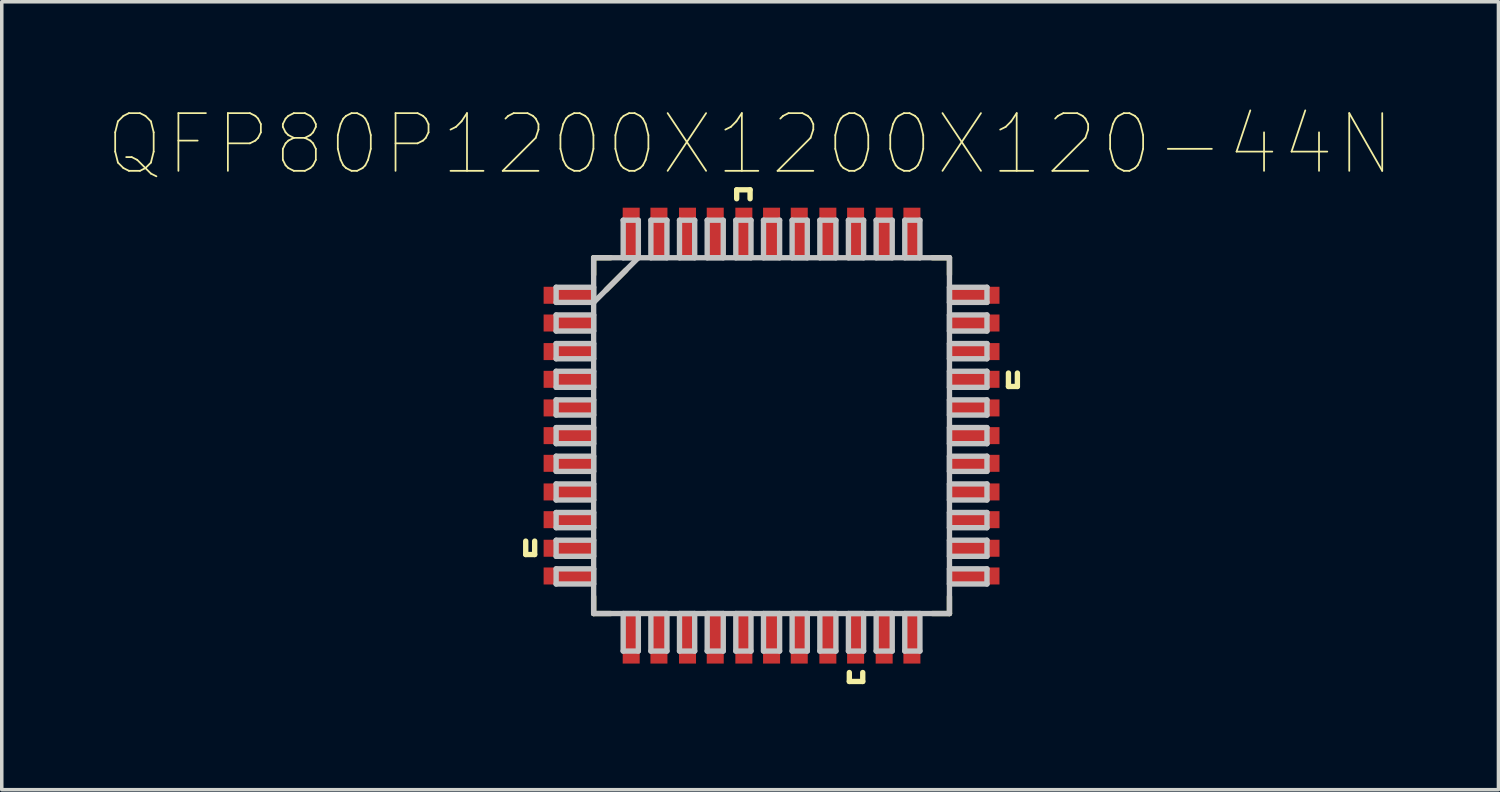
<source format=kicad_pcb>
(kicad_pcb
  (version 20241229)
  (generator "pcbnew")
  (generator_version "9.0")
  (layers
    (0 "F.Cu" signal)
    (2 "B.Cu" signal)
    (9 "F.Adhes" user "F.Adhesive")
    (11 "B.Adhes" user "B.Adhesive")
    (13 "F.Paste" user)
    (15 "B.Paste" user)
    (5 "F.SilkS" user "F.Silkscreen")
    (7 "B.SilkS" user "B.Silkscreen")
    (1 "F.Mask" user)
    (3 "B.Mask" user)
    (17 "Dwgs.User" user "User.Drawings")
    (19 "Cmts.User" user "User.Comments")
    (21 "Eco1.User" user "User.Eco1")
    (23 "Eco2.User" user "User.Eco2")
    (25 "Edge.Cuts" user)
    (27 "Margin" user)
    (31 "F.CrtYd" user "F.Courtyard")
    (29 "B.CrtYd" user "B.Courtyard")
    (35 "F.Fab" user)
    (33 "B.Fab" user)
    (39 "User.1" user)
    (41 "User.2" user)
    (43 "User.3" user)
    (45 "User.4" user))
  (footprint "QFP80P1200X1200X120-44N"
    (layer "F.Cu")
    (at 18.873 9.328)
    (property "Reference" "QFP80P1200X1200X120-44N" (at -0.61 -8.28 0) (layer "F.SilkS") (effects (font (size 1.64 1.64) (thickness 0.05))))
    (attr smd)
    (fp_line (start -6.985 2.997) (end -6.985 3.378) (stroke (width 0.152) (type solid)) (layer "F.SilkS"))
    (fp_line (start -6.985 3.378) (end -6.731 3.378) (stroke (width 0.152) (type solid)) (layer "F.SilkS"))
    (fp_line (start -6.731 3.378) (end -6.731 2.997) (stroke (width 0.152) (type solid)) (layer "F.SilkS"))
    (fp_line (start -5.055 -5.055) (end -5.055 -4.572) (stroke (width 0.152) (type solid)) (layer "F.SilkS"))
    (fp_line (start -5.055 4.572) (end -5.055 5.055) (stroke (width 0.152) (type solid)) (layer "F.SilkS"))
    (fp_line (start -5.055 5.055) (end -4.572 5.055) (stroke (width 0.152) (type solid)) (layer "F.SilkS"))
    (fp_line (start -4.699 -4.14) (end -4.14 -4.699) (stroke (width 0.152) (type solid)) (layer "F.SilkS"))
    (fp_line (start -4.572 -5.055) (end -5.055 -5.055) (stroke (width 0.152) (type solid)) (layer "F.SilkS"))
    (fp_line (start -0.991 -6.985) (end -0.61 -6.985) (stroke (width 0.152) (type solid)) (layer "F.SilkS"))
    (fp_line (start -0.991 -6.731) (end -0.991 -6.985) (stroke (width 0.152) (type solid)) (layer "F.SilkS"))
    (fp_line (start -0.61 -6.985) (end -0.61 -6.731) (stroke (width 0.152) (type solid)) (layer "F.SilkS"))
    (fp_line (start 2.21 6.731) (end 2.21 6.985) (stroke (width 0.152) (type solid)) (layer "F.SilkS"))
    (fp_line (start 2.21 6.985) (end 2.591 6.985) (stroke (width 0.152) (type solid)) (layer "F.SilkS"))
    (fp_line (start 2.591 6.985) (end 2.591 6.731) (stroke (width 0.152) (type solid)) (layer "F.SilkS"))
    (fp_line (start 4.572 5.055) (end 5.055 5.055) (stroke (width 0.152) (type solid)) (layer "F.SilkS"))
    (fp_line (start 5.055 -5.055) (end 4.572 -5.055) (stroke (width 0.152) (type solid)) (layer "F.SilkS"))
    (fp_line (start 5.055 -4.572) (end 5.055 -5.055) (stroke (width 0.152) (type solid)) (layer "F.SilkS"))
    (fp_line (start 5.055 5.055) (end 5.055 4.572) (stroke (width 0.152) (type solid)) (layer "F.SilkS"))
    (fp_line (start 6.731 -1.397) (end 6.731 -1.778) (stroke (width 0.152) (type solid)) (layer "F.SilkS"))
    (fp_line (start 6.985 -1.778) (end 6.985 -1.397) (stroke (width 0.152) (type solid)) (layer "F.SilkS"))
    (fp_line (start 6.985 -1.397) (end 6.731 -1.397) (stroke (width 0.152) (type solid)) (layer "F.SilkS"))
    (fp_line (start -6.121 -4.216) (end -6.121 -3.785) (stroke (width 0.152) (type solid)) (layer "Dwgs.User"))
    (fp_line (start -6.121 -3.785) (end -5.055 -3.785) (stroke (width 0.152) (type solid)) (layer "Dwgs.User"))
    (fp_line (start -6.121 -3.429) (end -6.121 -2.972) (stroke (width 0.152) (type solid)) (layer "Dwgs.User"))
    (fp_line (start -6.121 -2.972) (end -5.055 -2.972) (stroke (width 0.152) (type solid)) (layer "Dwgs.User"))
    (fp_line (start -6.121 -2.616) (end -6.121 -2.184) (stroke (width 0.152) (type solid)) (layer "Dwgs.User"))
    (fp_line (start -6.121 -2.184) (end -5.055 -2.184) (stroke (width 0.152) (type solid)) (layer "Dwgs.User"))
    (fp_line (start -6.121 -1.829) (end -6.121 -1.372) (stroke (width 0.152) (type solid)) (layer "Dwgs.User"))
    (fp_line (start -6.121 -1.372) (end -5.055 -1.372) (stroke (width 0.152) (type solid)) (layer "Dwgs.User"))
    (fp_line (start -6.121 -1.016) (end -6.121 -0.584) (stroke (width 0.152) (type solid)) (layer "Dwgs.User"))
    (fp_line (start -6.121 -0.584) (end -5.055 -0.584) (stroke (width 0.152) (type solid)) (layer "Dwgs.User"))
    (fp_line (start -6.121 -0.229) (end -6.121 0.229) (stroke (width 0.152) (type solid)) (layer "Dwgs.User"))
    (fp_line (start -6.121 0.229) (end -5.055 0.229) (stroke (width 0.152) (type solid)) (layer "Dwgs.User"))
    (fp_line (start -6.121 0.584) (end -6.121 1.016) (stroke (width 0.152) (type solid)) (layer "Dwgs.User"))
    (fp_line (start -6.121 1.016) (end -5.055 1.016) (stroke (width 0.152) (type solid)) (layer "Dwgs.User"))
    (fp_line (start -6.121 1.372) (end -6.121 1.829) (stroke (width 0.152) (type solid)) (layer "Dwgs.User"))
    (fp_line (start -6.121 1.829) (end -5.055 1.829) (stroke (width 0.152) (type solid)) (layer "Dwgs.User"))
    (fp_line (start -6.121 2.184) (end -6.121 2.616) (stroke (width 0.152) (type solid)) (layer "Dwgs.User"))
    (fp_line (start -6.121 2.616) (end -5.055 2.616) (stroke (width 0.152) (type solid)) (layer "Dwgs.User"))
    (fp_line (start -6.121 2.972) (end -6.121 3.429) (stroke (width 0.152) (type solid)) (layer "Dwgs.User"))
    (fp_line (start -6.121 3.429) (end -5.055 3.429) (stroke (width 0.152) (type solid)) (layer "Dwgs.User"))
    (fp_line (start -6.121 3.785) (end -6.121 4.216) (stroke (width 0.152) (type solid)) (layer "Dwgs.User"))
    (fp_line (start -6.121 4.216) (end -5.055 4.216) (stroke (width 0.152) (type solid)) (layer "Dwgs.User"))
    (fp_line (start -5.055 -5.055) (end -5.055 5.055) (stroke (width 0.152) (type solid)) (layer "Dwgs.User"))
    (fp_line (start -5.055 -4.216) (end -6.121 -4.216) (stroke (width 0.152) (type solid)) (layer "Dwgs.User"))
    (fp_line (start -5.055 -3.785) (end -5.055 -4.216) (stroke (width 0.152) (type solid)) (layer "Dwgs.User"))
    (fp_line (start -5.055 -3.785) (end -3.785 -5.055) (stroke (width 0.152) (type solid)) (layer "Dwgs.User"))
    (fp_line (start -5.055 -3.429) (end -6.121 -3.429) (stroke (width 0.152) (type solid)) (layer "Dwgs.User"))
    (fp_line (start -5.055 -2.972) (end -5.055 -3.429) (stroke (width 0.152) (type solid)) (layer "Dwgs.User"))
    (fp_line (start -5.055 -2.616) (end -6.121 -2.616) (stroke (width 0.152) (type solid)) (layer "Dwgs.User"))
    (fp_line (start -5.055 -2.184) (end -5.055 -2.616) (stroke (width 0.152) (type solid)) (layer "Dwgs.User"))
    (fp_line (start -5.055 -1.829) (end -6.121 -1.829) (stroke (width 0.152) (type solid)) (layer "Dwgs.User"))
    (fp_line (start -5.055 -1.372) (end -5.055 -1.829) (stroke (width 0.152) (type solid)) (layer "Dwgs.User"))
    (fp_line (start -5.055 -1.016) (end -6.121 -1.016) (stroke (width 0.152) (type solid)) (layer "Dwgs.User"))
    (fp_line (start -5.055 -0.584) (end -5.055 -1.016) (stroke (width 0.152) (type solid)) (layer "Dwgs.User"))
    (fp_line (start -5.055 -0.229) (end -6.121 -0.229) (stroke (width 0.152) (type solid)) (layer "Dwgs.User"))
    (fp_line (start -5.055 0.229) (end -5.055 -0.229) (stroke (width 0.152) (type solid)) (layer "Dwgs.User"))
    (fp_line (start -5.055 0.584) (end -6.121 0.584) (stroke (width 0.152) (type solid)) (layer "Dwgs.User"))
    (fp_line (start -5.055 1.016) (end -5.055 0.584) (stroke (width 0.152) (type solid)) (layer "Dwgs.User"))
    (fp_line (start -5.055 1.372) (end -6.121 1.372) (stroke (width 0.152) (type solid)) (layer "Dwgs.User"))
    (fp_line (start -5.055 1.829) (end -5.055 1.372) (stroke (width 0.152) (type solid)) (layer "Dwgs.User"))
    (fp_line (start -5.055 2.184) (end -6.121 2.184) (stroke (width 0.152) (type solid)) (layer "Dwgs.User"))
    (fp_line (start -5.055 2.616) (end -5.055 2.184) (stroke (width 0.152) (type solid)) (layer "Dwgs.User"))
    (fp_line (start -5.055 2.972) (end -6.121 2.972) (stroke (width 0.152) (type solid)) (layer "Dwgs.User"))
    (fp_line (start -5.055 3.429) (end -5.055 2.972) (stroke (width 0.152) (type solid)) (layer "Dwgs.User"))
    (fp_line (start -5.055 3.785) (end -6.121 3.785) (stroke (width 0.152) (type solid)) (layer "Dwgs.User"))
    (fp_line (start -5.055 4.216) (end -5.055 3.785) (stroke (width 0.152) (type solid)) (layer "Dwgs.User"))
    (fp_line (start -5.055 5.055) (end 5.055 5.055) (stroke (width 0.152) (type solid)) (layer "Dwgs.User"))
    (fp_line (start -4.216 -6.121) (end -4.216 -5.055) (stroke (width 0.152) (type solid)) (layer "Dwgs.User"))
    (fp_line (start -4.216 -5.055) (end -3.785 -5.055) (stroke (width 0.152) (type solid)) (layer "Dwgs.User"))
    (fp_line (start -4.216 5.055) (end -4.216 6.121) (stroke (width 0.152) (type solid)) (layer "Dwgs.User"))
    (fp_line (start -4.216 6.121) (end -3.785 6.121) (stroke (width 0.152) (type solid)) (layer "Dwgs.User"))
    (fp_line (start -3.785 -6.121) (end -4.216 -6.121) (stroke (width 0.152) (type solid)) (layer "Dwgs.User"))
    (fp_line (start -3.785 -5.055) (end -3.785 -6.121) (stroke (width 0.152) (type solid)) (layer "Dwgs.User"))
    (fp_line (start -3.785 5.055) (end -4.216 5.055) (stroke (width 0.152) (type solid)) (layer "Dwgs.User"))
    (fp_line (start -3.785 6.121) (end -3.785 5.055) (stroke (width 0.152) (type solid)) (layer "Dwgs.User"))
    (fp_line (start -3.429 -6.121) (end -3.429 -5.055) (stroke (width 0.152) (type solid)) (layer "Dwgs.User"))
    (fp_line (start -3.429 -5.055) (end -2.972 -5.055) (stroke (width 0.152) (type solid)) (layer "Dwgs.User"))
    (fp_line (start -3.429 5.055) (end -3.429 6.121) (stroke (width 0.152) (type solid)) (layer "Dwgs.User"))
    (fp_line (start -3.429 6.121) (end -2.972 6.121) (stroke (width 0.152) (type solid)) (layer "Dwgs.User"))
    (fp_line (start -2.972 -6.121) (end -3.429 -6.121) (stroke (width 0.152) (type solid)) (layer "Dwgs.User"))
    (fp_line (start -2.972 -5.055) (end -2.972 -6.121) (stroke (width 0.152) (type solid)) (layer "Dwgs.User"))
    (fp_line (start -2.972 5.055) (end -3.429 5.055) (stroke (width 0.152) (type solid)) (layer "Dwgs.User"))
    (fp_line (start -2.972 6.121) (end -2.972 5.055) (stroke (width 0.152) (type solid)) (layer "Dwgs.User"))
    (fp_line (start -2.616 -6.121) (end -2.616 -5.055) (stroke (width 0.152) (type solid)) (layer "Dwgs.User"))
    (fp_line (start -2.616 -5.055) (end -2.184 -5.055) (stroke (width 0.152) (type solid)) (layer "Dwgs.User"))
    (fp_line (start -2.616 5.055) (end -2.616 6.121) (stroke (width 0.152) (type solid)) (layer "Dwgs.User"))
    (fp_line (start -2.616 6.121) (end -2.184 6.121) (stroke (width 0.152) (type solid)) (layer "Dwgs.User"))
    (fp_line (start -2.184 -6.121) (end -2.616 -6.121) (stroke (width 0.152) (type solid)) (layer "Dwgs.User"))
    (fp_line (start -2.184 -5.055) (end -2.184 -6.121) (stroke (width 0.152) (type solid)) (layer "Dwgs.User"))
    (fp_line (start -2.184 5.055) (end -2.616 5.055) (stroke (width 0.152) (type solid)) (layer "Dwgs.User"))
    (fp_line (start -2.184 6.121) (end -2.184 5.055) (stroke (width 0.152) (type solid)) (layer "Dwgs.User"))
    (fp_line (start -1.829 -6.121) (end -1.829 -5.055) (stroke (width 0.152) (type solid)) (layer "Dwgs.User"))
    (fp_line (start -1.829 -5.055) (end -1.372 -5.055) (stroke (width 0.152) (type solid)) (layer "Dwgs.User"))
    (fp_line (start -1.829 5.055) (end -1.829 6.121) (stroke (width 0.152) (type solid)) (layer "Dwgs.User"))
    (fp_line (start -1.829 6.121) (end -1.372 6.121) (stroke (width 0.152) (type solid)) (layer "Dwgs.User"))
    (fp_line (start -1.372 -6.121) (end -1.829 -6.121) (stroke (width 0.152) (type solid)) (layer "Dwgs.User"))
    (fp_line (start -1.372 -5.055) (end -1.372 -6.121) (stroke (width 0.152) (type solid)) (layer "Dwgs.User"))
    (fp_line (start -1.372 5.055) (end -1.829 5.055) (stroke (width 0.152) (type solid)) (layer "Dwgs.User"))
    (fp_line (start -1.372 6.121) (end -1.372 5.055) (stroke (width 0.152) (type solid)) (layer "Dwgs.User"))
    (fp_line (start -1.016 -6.121) (end -1.016 -5.055) (stroke (width 0.152) (type solid)) (layer "Dwgs.User"))
    (fp_line (start -1.016 -5.055) (end -0.584 -5.055) (stroke (width 0.152) (type solid)) (layer "Dwgs.User"))
    (fp_line (start -1.016 5.055) (end -1.016 6.121) (stroke (width 0.152) (type solid)) (layer "Dwgs.User"))
    (fp_line (start -1.016 6.121) (end -0.584 6.121) (stroke (width 0.152) (type solid)) (layer "Dwgs.User"))
    (fp_line (start -0.584 -6.121) (end -1.016 -6.121) (stroke (width 0.152) (type solid)) (layer "Dwgs.User"))
    (fp_line (start -0.584 -5.055) (end -0.584 -6.121) (stroke (width 0.152) (type solid)) (layer "Dwgs.User"))
    (fp_line (start -0.584 5.055) (end -1.016 5.055) (stroke (width 0.152) (type solid)) (layer "Dwgs.User"))
    (fp_line (start -0.584 6.121) (end -0.584 5.055) (stroke (width 0.152) (type solid)) (layer "Dwgs.User"))
    (fp_line (start -0.229 -6.121) (end -0.229 -5.055) (stroke (width 0.152) (type solid)) (layer "Dwgs.User"))
    (fp_line (start -0.229 -5.055) (end 0.229 -5.055) (stroke (width 0.152) (type solid)) (layer "Dwgs.User"))
    (fp_line (start -0.229 5.055) (end -0.229 6.121) (stroke (width 0.152) (type solid)) (layer "Dwgs.User"))
    (fp_line (start -0.229 6.121) (end 0.229 6.121) (stroke (width 0.152) (type solid)) (layer "Dwgs.User"))
    (fp_line (start 0.229 -6.121) (end -0.229 -6.121) (stroke (width 0.152) (type solid)) (layer "Dwgs.User"))
    (fp_line (start 0.229 -5.055) (end 0.229 -6.121) (stroke (width 0.152) (type solid)) (layer "Dwgs.User"))
    (fp_line (start 0.229 5.055) (end -0.229 5.055) (stroke (width 0.152) (type solid)) (layer "Dwgs.User"))
    (fp_line (start 0.229 6.121) (end 0.229 5.055) (stroke (width 0.152) (type solid)) (layer "Dwgs.User"))
    (fp_line (start 0.584 -6.121) (end 0.584 -5.055) (stroke (width 0.152) (type solid)) (layer "Dwgs.User"))
    (fp_line (start 0.584 -5.055) (end 1.016 -5.055) (stroke (width 0.152) (type solid)) (layer "Dwgs.User"))
    (fp_line (start 0.584 5.055) (end 0.584 6.121) (stroke (width 0.152) (type solid)) (layer "Dwgs.User"))
    (fp_line (start 0.584 6.121) (end 1.016 6.121) (stroke (width 0.152) (type solid)) (layer "Dwgs.User"))
    (fp_line (start 1.016 -6.121) (end 0.584 -6.121) (stroke (width 0.152) (type solid)) (layer "Dwgs.User"))
    (fp_line (start 1.016 -5.055) (end 1.016 -6.121) (stroke (width 0.152) (type solid)) (layer "Dwgs.User"))
    (fp_line (start 1.016 5.055) (end 0.584 5.055) (stroke (width 0.152) (type solid)) (layer "Dwgs.User"))
    (fp_line (start 1.016 6.121) (end 1.016 5.055) (stroke (width 0.152) (type solid)) (layer "Dwgs.User"))
    (fp_line (start 1.372 -6.121) (end 1.372 -5.055) (stroke (width 0.152) (type solid)) (layer "Dwgs.User"))
    (fp_line (start 1.372 -5.055) (end 1.829 -5.055) (stroke (width 0.152) (type solid)) (layer "Dwgs.User"))
    (fp_line (start 1.372 5.055) (end 1.372 6.121) (stroke (width 0.152) (type solid)) (layer "Dwgs.User"))
    (fp_line (start 1.372 6.121) (end 1.829 6.121) (stroke (width 0.152) (type solid)) (layer "Dwgs.User"))
    (fp_line (start 1.829 -6.121) (end 1.372 -6.121) (stroke (width 0.152) (type solid)) (layer "Dwgs.User"))
    (fp_line (start 1.829 -5.055) (end 1.829 -6.121) (stroke (width 0.152) (type solid)) (layer "Dwgs.User"))
    (fp_line (start 1.829 5.055) (end 1.372 5.055) (stroke (width 0.152) (type solid)) (layer "Dwgs.User"))
    (fp_line (start 1.829 6.121) (end 1.829 5.055) (stroke (width 0.152) (type solid)) (layer "Dwgs.User"))
    (fp_line (start 2.184 -6.121) (end 2.184 -5.055) (stroke (width 0.152) (type solid)) (layer "Dwgs.User"))
    (fp_line (start 2.184 -5.055) (end 2.616 -5.055) (stroke (width 0.152) (type solid)) (layer "Dwgs.User"))
    (fp_line (start 2.184 5.055) (end 2.184 6.121) (stroke (width 0.152) (type solid)) (layer "Dwgs.User"))
    (fp_line (start 2.184 6.121) (end 2.616 6.121) (stroke (width 0.152) (type solid)) (layer "Dwgs.User"))
    (fp_line (start 2.616 -6.121) (end 2.184 -6.121) (stroke (width 0.152) (type solid)) (layer "Dwgs.User"))
    (fp_line (start 2.616 -5.055) (end 2.616 -6.121) (stroke (width 0.152) (type solid)) (layer "Dwgs.User"))
    (fp_line (start 2.616 5.055) (end 2.184 5.055) (stroke (width 0.152) (type solid)) (layer "Dwgs.User"))
    (fp_line (start 2.616 6.121) (end 2.616 5.055) (stroke (width 0.152) (type solid)) (layer "Dwgs.User"))
    (fp_line (start 2.972 -6.121) (end 2.972 -5.055) (stroke (width 0.152) (type solid)) (layer "Dwgs.User"))
    (fp_line (start 2.972 -5.055) (end 3.429 -5.055) (stroke (width 0.152) (type solid)) (layer "Dwgs.User"))
    (fp_line (start 2.972 5.055) (end 2.972 6.121) (stroke (width 0.152) (type solid)) (layer "Dwgs.User"))
    (fp_line (start 2.972 6.121) (end 3.429 6.121) (stroke (width 0.152) (type solid)) (layer "Dwgs.User"))
    (fp_line (start 3.429 -6.121) (end 2.972 -6.121) (stroke (width 0.152) (type solid)) (layer "Dwgs.User"))
    (fp_line (start 3.429 -5.055) (end 3.429 -6.121) (stroke (width 0.152) (type solid)) (layer "Dwgs.User"))
    (fp_line (start 3.429 5.055) (end 2.972 5.055) (stroke (width 0.152) (type solid)) (layer "Dwgs.User"))
    (fp_line (start 3.429 6.121) (end 3.429 5.055) (stroke (width 0.152) (type solid)) (layer "Dwgs.User"))
    (fp_line (start 3.785 -6.121) (end 3.785 -5.055) (stroke (width 0.152) (type solid)) (layer "Dwgs.User"))
    (fp_line (start 3.785 -5.055) (end 4.216 -5.055) (stroke (width 0.152) (type solid)) (layer "Dwgs.User"))
    (fp_line (start 3.785 5.055) (end 3.785 6.121) (stroke (width 0.152) (type solid)) (layer "Dwgs.User"))
    (fp_line (start 3.785 6.121) (end 4.216 6.121) (stroke (width 0.152) (type solid)) (layer "Dwgs.User"))
    (fp_line (start 4.216 -6.121) (end 3.785 -6.121) (stroke (width 0.152) (type solid)) (layer "Dwgs.User"))
    (fp_line (start 4.216 -5.055) (end 4.216 -6.121) (stroke (width 0.152) (type solid)) (layer "Dwgs.User"))
    (fp_line (start 4.216 5.055) (end 3.785 5.055) (stroke (width 0.152) (type solid)) (layer "Dwgs.User"))
    (fp_line (start 4.216 6.121) (end 4.216 5.055) (stroke (width 0.152) (type solid)) (layer "Dwgs.User"))
    (fp_line (start 5.055 -5.055) (end -5.055 -5.055) (stroke (width 0.152) (type solid)) (layer "Dwgs.User"))
    (fp_line (start 5.055 -4.216) (end 5.055 -3.785) (stroke (width 0.152) (type solid)) (layer "Dwgs.User"))
    (fp_line (start 5.055 -3.785) (end 6.121 -3.785) (stroke (width 0.152) (type solid)) (layer "Dwgs.User"))
    (fp_line (start 5.055 -3.429) (end 5.055 -2.972) (stroke (width 0.152) (type solid)) (layer "Dwgs.User"))
    (fp_line (start 5.055 -2.972) (end 6.121 -2.972) (stroke (width 0.152) (type solid)) (layer "Dwgs.User"))
    (fp_line (start 5.055 -2.616) (end 5.055 -2.184) (stroke (width 0.152) (type solid)) (layer "Dwgs.User"))
    (fp_line (start 5.055 -2.184) (end 6.121 -2.184) (stroke (width 0.152) (type solid)) (layer "Dwgs.User"))
    (fp_line (start 5.055 -1.829) (end 5.055 -1.372) (stroke (width 0.152) (type solid)) (layer "Dwgs.User"))
    (fp_line (start 5.055 -1.372) (end 6.121 -1.372) (stroke (width 0.152) (type solid)) (layer "Dwgs.User"))
    (fp_line (start 5.055 -1.016) (end 5.055 -0.584) (stroke (width 0.152) (type solid)) (layer "Dwgs.User"))
    (fp_line (start 5.055 -0.584) (end 6.121 -0.584) (stroke (width 0.152) (type solid)) (layer "Dwgs.User"))
    (fp_line (start 5.055 -0.229) (end 5.055 0.229) (stroke (width 0.152) (type solid)) (layer "Dwgs.User"))
    (fp_line (start 5.055 0.229) (end 6.121 0.229) (stroke (width 0.152) (type solid)) (layer "Dwgs.User"))
    (fp_line (start 5.055 0.584) (end 5.055 1.016) (stroke (width 0.152) (type solid)) (layer "Dwgs.User"))
    (fp_line (start 5.055 1.016) (end 6.121 1.016) (stroke (width 0.152) (type solid)) (layer "Dwgs.User"))
    (fp_line (start 5.055 1.372) (end 5.055 1.829) (stroke (width 0.152) (type solid)) (layer "Dwgs.User"))
    (fp_line (start 5.055 1.829) (end 6.121 1.829) (stroke (width 0.152) (type solid)) (layer "Dwgs.User"))
    (fp_line (start 5.055 2.184) (end 5.055 2.616) (stroke (width 0.152) (type solid)) (layer "Dwgs.User"))
    (fp_line (start 5.055 2.616) (end 6.121 2.616) (stroke (width 0.152) (type solid)) (layer "Dwgs.User"))
    (fp_line (start 5.055 2.972) (end 5.055 3.429) (stroke (width 0.152) (type solid)) (layer "Dwgs.User"))
    (fp_line (start 5.055 3.429) (end 6.121 3.429) (stroke (width 0.152) (type solid)) (layer "Dwgs.User"))
    (fp_line (start 5.055 3.785) (end 5.055 4.216) (stroke (width 0.152) (type solid)) (layer "Dwgs.User"))
    (fp_line (start 5.055 4.216) (end 6.121 4.216) (stroke (width 0.152) (type solid)) (layer "Dwgs.User"))
    (fp_line (start 5.055 5.055) (end 5.055 -5.055) (stroke (width 0.152) (type solid)) (layer "Dwgs.User"))
    (fp_line (start 6.121 -4.216) (end 5.055 -4.216) (stroke (width 0.152) (type solid)) (layer "Dwgs.User"))
    (fp_line (start 6.121 -3.785) (end 6.121 -4.216) (stroke (width 0.152) (type solid)) (layer "Dwgs.User"))
    (fp_line (start 6.121 -3.429) (end 5.055 -3.429) (stroke (width 0.152) (type solid)) (layer "Dwgs.User"))
    (fp_line (start 6.121 -2.972) (end 6.121 -3.429) (stroke (width 0.152) (type solid)) (layer "Dwgs.User"))
    (fp_line (start 6.121 -2.616) (end 5.055 -2.616) (stroke (width 0.152) (type solid)) (layer "Dwgs.User"))
    (fp_line (start 6.121 -2.184) (end 6.121 -2.616) (stroke (width 0.152) (type solid)) (layer "Dwgs.User"))
    (fp_line (start 6.121 -1.829) (end 5.055 -1.829) (stroke (width 0.152) (type solid)) (layer "Dwgs.User"))
    (fp_line (start 6.121 -1.372) (end 6.121 -1.829) (stroke (width 0.152) (type solid)) (layer "Dwgs.User"))
    (fp_line (start 6.121 -1.016) (end 5.055 -1.016) (stroke (width 0.152) (type solid)) (layer "Dwgs.User"))
    (fp_line (start 6.121 -0.584) (end 6.121 -1.016) (stroke (width 0.152) (type solid)) (layer "Dwgs.User"))
    (fp_line (start 6.121 -0.229) (end 5.055 -0.229) (stroke (width 0.152) (type solid)) (layer "Dwgs.User"))
    (fp_line (start 6.121 0.229) (end 6.121 -0.229) (stroke (width 0.152) (type solid)) (layer "Dwgs.User"))
    (fp_line (start 6.121 0.584) (end 5.055 0.584) (stroke (width 0.152) (type solid)) (layer "Dwgs.User"))
    (fp_line (start 6.121 1.016) (end 6.121 0.584) (stroke (width 0.152) (type solid)) (layer "Dwgs.User"))
    (fp_line (start 6.121 1.372) (end 5.055 1.372) (stroke (width 0.152) (type solid)) (layer "Dwgs.User"))
    (fp_line (start 6.121 1.829) (end 6.121 1.372) (stroke (width 0.152) (type solid)) (layer "Dwgs.User"))
    (fp_line (start 6.121 2.184) (end 5.055 2.184) (stroke (width 0.152) (type solid)) (layer "Dwgs.User"))
    (fp_line (start 6.121 2.616) (end 6.121 2.184) (stroke (width 0.152) (type solid)) (layer "Dwgs.User"))
    (fp_line (start 6.121 2.972) (end 5.055 2.972) (stroke (width 0.152) (type solid)) (layer "Dwgs.User"))
    (fp_line (start 6.121 3.429) (end 6.121 2.972) (stroke (width 0.152) (type solid)) (layer "Dwgs.User"))
    (fp_line (start 6.121 3.785) (end 5.055 3.785) (stroke (width 0.152) (type solid)) (layer "Dwgs.User"))
    (fp_line (start 6.121 4.216) (end 6.121 3.785) (stroke (width 0.152) (type solid)) (layer "Dwgs.User"))
    (pad "1" smd rect (at -5.74 -3.988 270) (size 0.483 1.473) (layers "F.Cu" "F.Mask" "F.Paste"))
    (pad "2" smd rect (at -5.74 -3.2 270) (size 0.483 1.473) (layers "F.Cu" "F.Mask" "F.Paste"))
    (pad "3" smd rect (at -5.74 -2.388 270) (size 0.483 1.473) (layers "F.Cu" "F.Mask" "F.Paste"))
    (pad "4" smd rect (at -5.74 -1.6 270) (size 0.483 1.473) (layers "F.Cu" "F.Mask" "F.Paste"))
    (pad "5" smd rect (at -5.74 -0.787 270) (size 0.483 1.473) (layers "F.Cu" "F.Mask" "F.Paste"))
    (pad "6" smd rect (at -5.74 0 270) (size 0.483 1.473) (layers "F.Cu" "F.Mask" "F.Paste"))
    (pad "7" smd rect (at -5.74 0.787 270) (size 0.483 1.473) (layers "F.Cu" "F.Mask" "F.Paste"))
    (pad "8" smd rect (at -5.74 1.6 270) (size 0.483 1.473) (layers "F.Cu" "F.Mask" "F.Paste"))
    (pad "9" smd rect (at -5.74 2.388 270) (size 0.483 1.473) (layers "F.Cu" "F.Mask" "F.Paste"))
    (pad "10" smd rect (at -5.74 3.2 270) (size 0.483 1.473) (layers "F.Cu" "F.Mask" "F.Paste"))
    (pad "11" smd rect (at -5.74 3.988 270) (size 0.483 1.473) (layers "F.Cu" "F.Mask" "F.Paste"))
    (pad "12" smd rect (at -3.988 5.74 180) (size 0.483 1.473) (layers "F.Cu" "F.Mask" "F.Paste"))
    (pad "13" smd rect (at -3.2 5.74 180) (size 0.483 1.473) (layers "F.Cu" "F.Mask" "F.Paste"))
    (pad "14" smd rect (at -2.388 5.74 180) (size 0.483 1.473) (layers "F.Cu" "F.Mask" "F.Paste"))
    (pad "15" smd rect (at -1.6 5.74 180) (size 0.483 1.473) (layers "F.Cu" "F.Mask" "F.Paste"))
    (pad "16" smd rect (at -0.787 5.74 180) (size 0.483 1.473) (layers "F.Cu" "F.Mask" "F.Paste"))
    (pad "17" smd rect (at 0 5.74 180) (size 0.483 1.473) (layers "F.Cu" "F.Mask" "F.Paste"))
    (pad "18" smd rect (at 0.787 5.74 180) (size 0.483 1.473) (layers "F.Cu" "F.Mask" "F.Paste"))
    (pad "19" smd rect (at 1.6 5.74 180) (size 0.483 1.473) (layers "F.Cu" "F.Mask" "F.Paste"))
    (pad "20" smd rect (at 2.388 5.74 180) (size 0.483 1.473) (layers "F.Cu" "F.Mask" "F.Paste"))
    (pad "21" smd rect (at 3.2 5.74 180) (size 0.483 1.473) (layers "F.Cu" "F.Mask" "F.Paste"))
    (pad "22" smd rect (at 3.988 5.74 180) (size 0.483 1.473) (layers "F.Cu" "F.Mask" "F.Paste"))
    (pad "23" smd rect (at 5.74 3.988 270) (size 0.483 1.473) (layers "F.Cu" "F.Mask" "F.Paste"))
    (pad "24" smd rect (at 5.74 3.2 270) (size 0.483 1.473) (layers "F.Cu" "F.Mask" "F.Paste"))
    (pad "25" smd rect (at 5.74 2.388 270) (size 0.483 1.473) (layers "F.Cu" "F.Mask" "F.Paste"))
    (pad "26" smd rect (at 5.74 1.6 270) (size 0.483 1.473) (layers "F.Cu" "F.Mask" "F.Paste"))
    (pad "27" smd rect (at 5.74 0.787 270) (size 0.483 1.473) (layers "F.Cu" "F.Mask" "F.Paste"))
    (pad "28" smd rect (at 5.74 0 270) (size 0.483 1.473) (layers "F.Cu" "F.Mask" "F.Paste"))
    (pad "29" smd rect (at 5.74 -0.787 270) (size 0.483 1.473) (layers "F.Cu" "F.Mask" "F.Paste"))
    (pad "30" smd rect (at 5.74 -1.6 270) (size 0.483 1.473) (layers "F.Cu" "F.Mask" "F.Paste"))
    (pad "31" smd rect (at 5.74 -2.388 270) (size 0.483 1.473) (layers "F.Cu" "F.Mask" "F.Paste"))
    (pad "32" smd rect (at 5.74 -3.2 270) (size 0.483 1.473) (layers "F.Cu" "F.Mask" "F.Paste"))
    (pad "33" smd rect (at 5.74 -3.988 270) (size 0.483 1.473) (layers "F.Cu" "F.Mask" "F.Paste"))
    (pad "34" smd rect (at 3.988 -5.74 180) (size 0.483 1.473) (layers "F.Cu" "F.Mask" "F.Paste"))
    (pad "35" smd rect (at 3.2 -5.74 180) (size 0.483 1.473) (layers "F.Cu" "F.Mask" "F.Paste"))
    (pad "36" smd rect (at 2.388 -5.74 180) (size 0.483 1.473) (layers "F.Cu" "F.Mask" "F.Paste"))
    (pad "37" smd rect (at 1.6 -5.74 180) (size 0.483 1.473) (layers "F.Cu" "F.Mask" "F.Paste"))
    (pad "38" smd rect (at 0.787 -5.74 180) (size 0.483 1.473) (layers "F.Cu" "F.Mask" "F.Paste"))
    (pad "39" smd rect (at 0 -5.74 180) (size 0.483 1.473) (layers "F.Cu" "F.Mask" "F.Paste"))
    (pad "40" smd rect (at -0.787 -5.74 180) (size 0.483 1.473) (layers "F.Cu" "F.Mask" "F.Paste"))
    (pad "41" smd rect (at -1.6 -5.74 180) (size 0.483 1.473) (layers "F.Cu" "F.Mask" "F.Paste"))
    (pad "42" smd rect (at -2.388 -5.74 180) (size 0.483 1.473) (layers "F.Cu" "F.Mask" "F.Paste"))
    (pad "43" smd rect (at -3.2 -5.74 180) (size 0.483 1.473) (layers "F.Cu" "F.Mask" "F.Paste"))
    (pad "44" smd rect (at -3.988 -5.74 180) (size 0.483 1.473) (layers "F.Cu" "F.Mask" "F.Paste")))
  (gr_rect
    (start -3 -3)
    (end 39.527 19.389)
    (stroke (width 0.1) (type default))
    (fill no)
    (layer "Edge.Cuts")))
</source>
